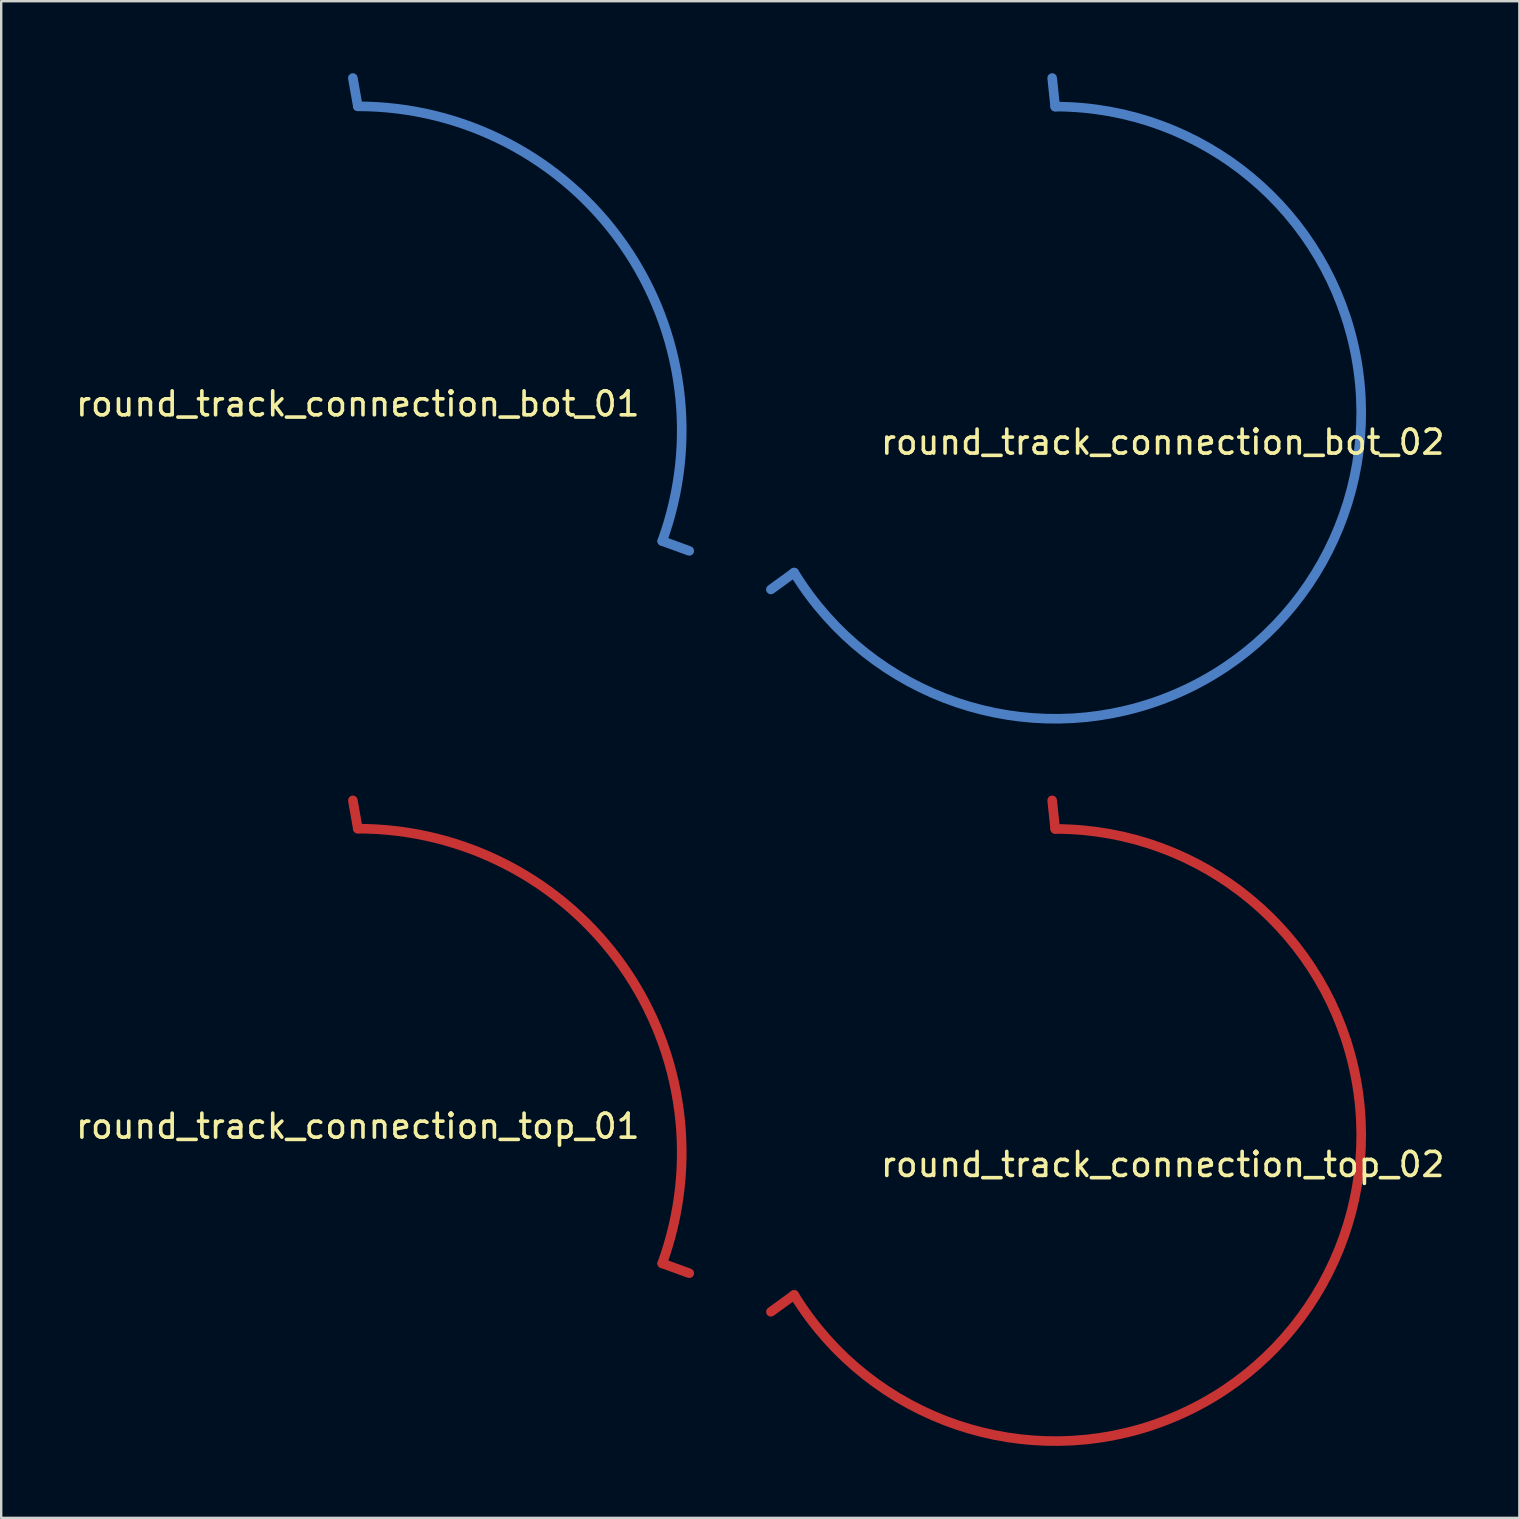
<source format=kicad_pcb>
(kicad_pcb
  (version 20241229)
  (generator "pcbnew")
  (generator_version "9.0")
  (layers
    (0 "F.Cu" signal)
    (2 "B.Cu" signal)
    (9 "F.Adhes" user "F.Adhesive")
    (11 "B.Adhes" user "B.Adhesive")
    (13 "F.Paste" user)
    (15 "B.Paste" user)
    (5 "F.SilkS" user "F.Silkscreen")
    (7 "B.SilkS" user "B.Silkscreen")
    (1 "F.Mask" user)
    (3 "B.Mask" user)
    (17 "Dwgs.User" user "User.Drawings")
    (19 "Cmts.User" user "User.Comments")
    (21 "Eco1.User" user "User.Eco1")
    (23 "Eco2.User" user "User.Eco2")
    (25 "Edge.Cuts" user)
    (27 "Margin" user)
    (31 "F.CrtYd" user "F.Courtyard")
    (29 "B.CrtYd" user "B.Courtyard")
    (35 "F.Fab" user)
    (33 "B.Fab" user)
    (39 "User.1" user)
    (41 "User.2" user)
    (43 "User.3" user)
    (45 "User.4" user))
  (footprint "round_track_connection_top_01"
    (layer "F.Cu")
    (at 11.863 44.986)
    (property "Reference" "round_track_connection_top_01" (at 0 -1.1 0) (unlocked yes) (layer "F.SilkS") (effects (font (size 1 1) (thickness 0.15))))
    (attr smd)
    (fp_arc (start 0 -13.5) (mid 11.058553 -7.743282) (end 12.68585 4.617272) (stroke (width 0.4) (type solid)) (layer "F.Cu"))
    (pad "1" smd roundrect (at -0.104 -14.091 10) (size 0.4 1.6) (layers "F.Cu") (roundrect_rratio 0.5))
    (pad "2" smd roundrect (at 13.25 4.822 250) (size 0.4 1.6) (layers "F.Cu") (roundrect_rratio 0.5)))
  (footprint "round_track_connection_bot_02"
    (layer "F.Cu")
    (at 40.924 14.149)
    (property "Reference" "round_track_connection_bot_02" (at 4.484 1.228 0) (unlocked yes) (layer "F.SilkS") (effects (font (size 1 1) (thickness 0.15))))
    (attr smd)
    (fp_arc (start 0.00193 -12.755417) (mid 11.128107 6.234252) (end -10.87679 6.663042) (stroke (width 0.4) (type solid)) (layer "B.Cu"))
    (pad "1" smd roundrect (at -0.061 -13.352 6) (size 0.4 1.6) (layers "B.Cu") (roundrect_rratio 0.5))
    (pad "2" smd roundrect (at -11.362 7.016 126) (size 0.4 1.6) (layers "B.Cu") (roundrect_rratio 0.5)))
  (footprint "round_track_connection_top_02"
    (layer "F.Cu")
    (at 40.924 44.253)
    (property "Reference" "round_track_connection_top_02" (at 4.484 1.228 0) (unlocked yes) (layer "F.SilkS") (effects (font (size 1 1) (thickness 0.15))))
    (attr smd)
    (fp_arc (start 0.00193 -12.755417) (mid 11.128107 6.234252) (end -10.87679 6.663042) (stroke (width 0.4) (type solid)) (layer "F.Cu"))
    (pad "1" smd roundrect (at -0.061 -13.352 6) (size 0.4 1.6) (layers "F.Cu") (roundrect_rratio 0.5))
    (pad "2" smd roundrect (at -11.362 7.016 126) (size 0.4 1.6) (layers "F.Cu") (roundrect_rratio 0.5)))
  (footprint "round_track_connection_bot_01"
    (layer "F.Cu")
    (at 11.863 14.882)
    (property "Reference" "round_track_connection_bot_01" (at 0 -1.1 0) (unlocked yes) (layer "F.SilkS") (effects (font (size 1 1) (thickness 0.15))))
    (attr smd)
    (fp_arc (start 0 -13.5) (mid 11.058553 -7.743282) (end 12.68585 4.617272) (stroke (width 0.4) (type solid)) (layer "B.Cu"))
    (pad "1" smd roundrect (at -0.104 -14.091 10) (size 0.4 1.6) (layers "B.Cu") (roundrect_rratio 0.5))
    (pad "2" smd roundrect (at 13.25 4.822 250) (size 0.4 1.6) (layers "B.Cu") (roundrect_rratio 0.5)))
  (gr_rect
    (start -3 -3)
    (end 60.271 60.209)
    (stroke (width 0.1) (type default))
    (fill no)
    (layer "Edge.Cuts")))
</source>
